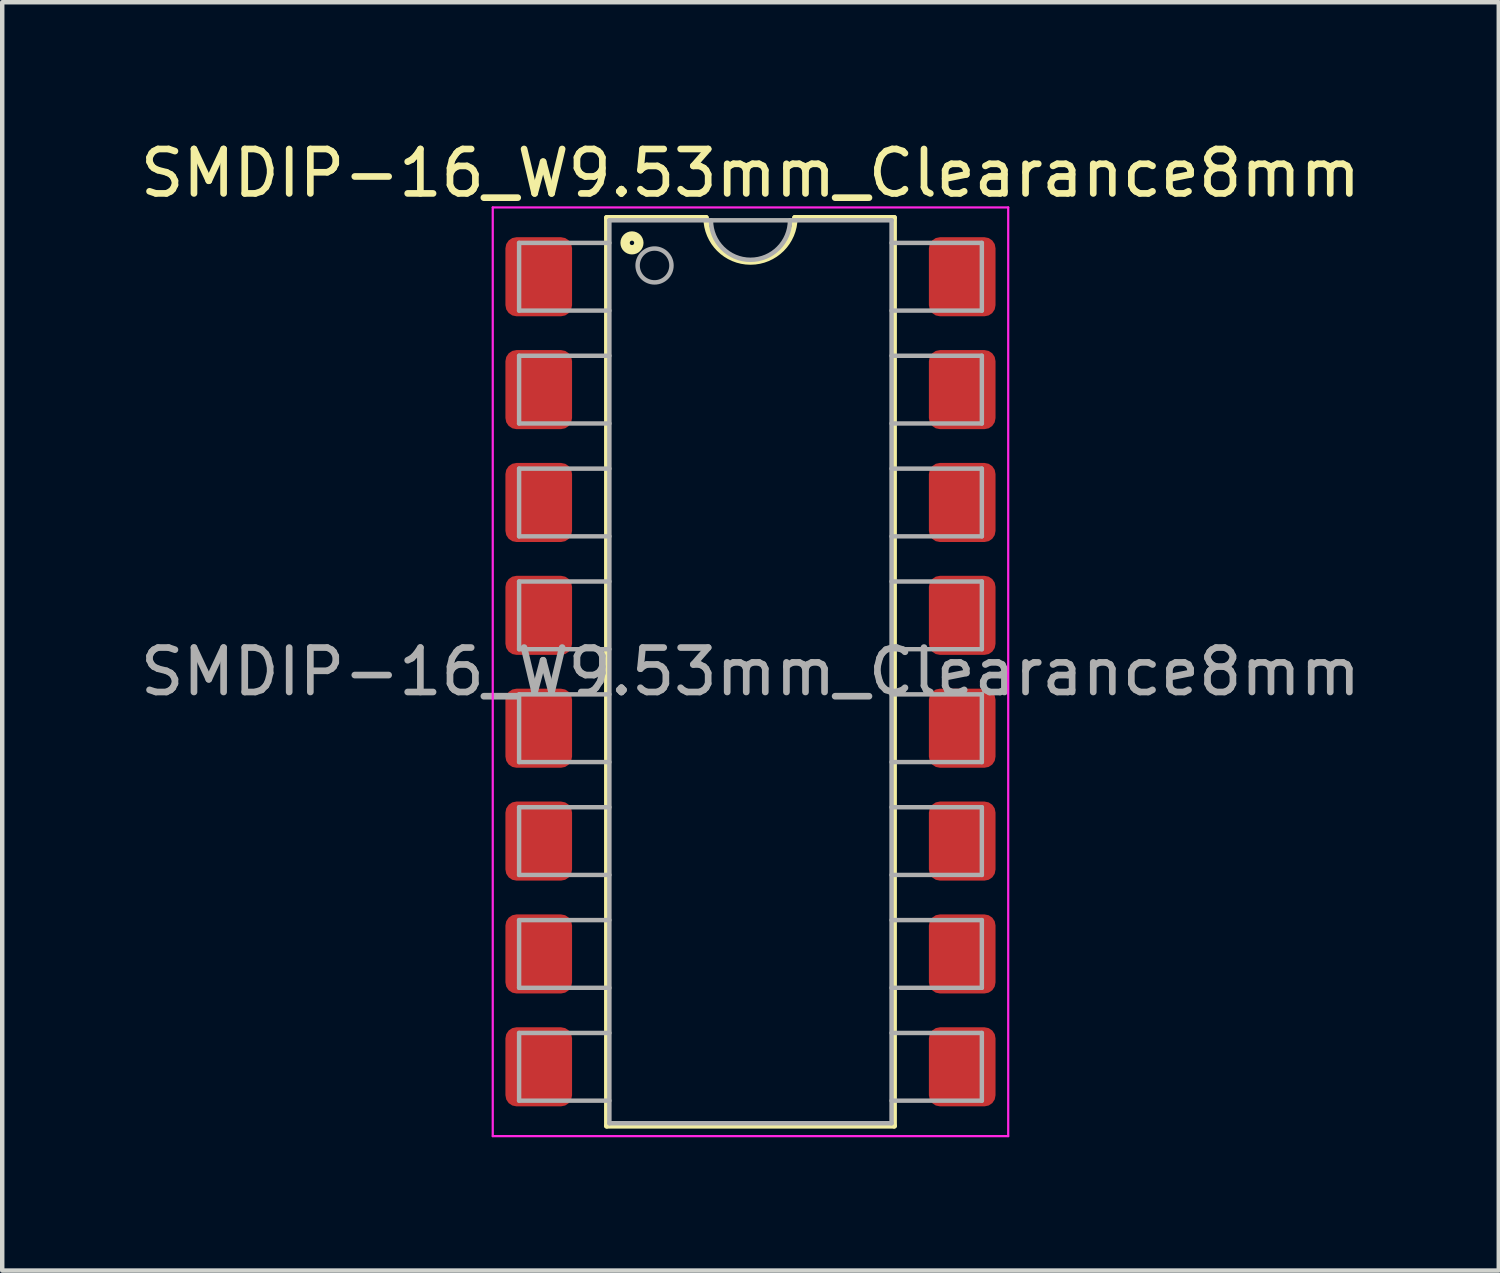
<source format=kicad_pcb>
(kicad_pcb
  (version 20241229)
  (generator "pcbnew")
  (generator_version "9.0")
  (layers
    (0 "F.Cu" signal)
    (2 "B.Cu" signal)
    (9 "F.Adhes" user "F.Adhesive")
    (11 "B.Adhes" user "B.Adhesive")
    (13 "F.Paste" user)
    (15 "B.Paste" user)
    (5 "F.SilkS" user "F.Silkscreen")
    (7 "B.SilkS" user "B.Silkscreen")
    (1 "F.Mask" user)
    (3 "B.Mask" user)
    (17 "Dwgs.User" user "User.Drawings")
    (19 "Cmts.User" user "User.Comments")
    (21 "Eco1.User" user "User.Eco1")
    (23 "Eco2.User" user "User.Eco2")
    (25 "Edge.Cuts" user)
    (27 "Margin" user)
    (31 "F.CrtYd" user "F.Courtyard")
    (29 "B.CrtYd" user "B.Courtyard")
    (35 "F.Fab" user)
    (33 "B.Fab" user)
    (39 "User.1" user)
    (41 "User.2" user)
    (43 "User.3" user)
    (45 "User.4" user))
  (footprint "SMDIP-16_W9.53mm_Clearance8mm"
    (layer "F.Cu")
    (at 13.839 12.068)
    (property "Reference" "SMDIP-16_W9.53mm_Clearance8mm" (at 0 -11.22 0) (layer "F.SilkS") (effects (font (size 1 1) (thickness 0.15))))
    (attr smd)
    (fp_line (start -3.235 -10.22) (end -3.235 10.22) (stroke (width 0.12) (type solid)) (layer "F.SilkS"))
    (fp_line (start -3.235 10.22) (end 3.235 10.22) (stroke (width 0.12) (type solid)) (layer "F.SilkS"))
    (fp_line (start -1 -10.22) (end -3.235 -10.22) (stroke (width 0.12) (type solid)) (layer "F.SilkS"))
    (fp_line (start 3.235 -10.22) (end 1 -10.22) (stroke (width 0.12) (type solid)) (layer "F.SilkS"))
    (fp_line (start 3.235 10.22) (end 3.235 -10.22) (stroke (width 0.12) (type solid)) (layer "F.SilkS"))
    (fp_arc (start 1 -10.22) (mid 0 -9.22) (end -1 -10.22) (stroke (width 0.12) (type solid)) (layer "F.SilkS"))
    (fp_circle (center -2.667 -9.652) (end -2.617 -9.652) (stroke (width 0.12) (type solid)) (fill no) (layer "F.SilkS"))
    (fp_circle (center -2.667 -9.652) (end -2.542 -9.652) (stroke (width 0.12) (type solid)) (fill no) (layer "F.SilkS"))
    (fp_circle (center -2.667 -9.652) (end -2.467 -9.652) (stroke (width 0.12) (type solid)) (fill no) (layer "F.SilkS"))
    (fp_line (start -5.8 -10.45) (end -5.8 10.45) (stroke (width 0.05) (type solid)) (layer "F.CrtYd"))
    (fp_line (start -5.8 10.45) (end 5.8 10.45) (stroke (width 0.05) (type solid)) (layer "F.CrtYd"))
    (fp_line (start 5.8 -10.45) (end -5.8 -10.45) (stroke (width 0.05) (type solid)) (layer "F.CrtYd"))
    (fp_line (start 5.8 10.45) (end 5.8 -10.45) (stroke (width 0.05) (type solid)) (layer "F.CrtYd"))
    (fp_line (start -5.207 -9.652) (end -5.207 -8.128) (stroke (width 0.1) (type solid)) (layer "F.Fab"))
    (fp_line (start -5.207 -9.652) (end -3.175 -9.652) (stroke (width 0.1) (type solid)) (layer "F.Fab"))
    (fp_line (start -5.207 -8.128) (end -3.175 -8.128) (stroke (width 0.1) (type solid)) (layer "F.Fab"))
    (fp_line (start -5.207 -7.112) (end -5.207 -5.588) (stroke (width 0.1) (type solid)) (layer "F.Fab"))
    (fp_line (start -5.207 -7.112) (end -3.175 -7.112) (stroke (width 0.1) (type solid)) (layer "F.Fab"))
    (fp_line (start -5.207 -5.588) (end -3.175 -5.588) (stroke (width 0.1) (type solid)) (layer "F.Fab"))
    (fp_line (start -5.207 -4.572) (end -5.207 -3.048) (stroke (width 0.1) (type solid)) (layer "F.Fab"))
    (fp_line (start -5.207 -4.572) (end -3.175 -4.572) (stroke (width 0.1) (type solid)) (layer "F.Fab"))
    (fp_line (start -5.207 -3.048) (end -3.175 -3.048) (stroke (width 0.1) (type solid)) (layer "F.Fab"))
    (fp_line (start -5.207 -2.032) (end -5.207 -0.508) (stroke (width 0.1) (type solid)) (layer "F.Fab"))
    (fp_line (start -5.207 -2.032) (end -3.175 -2.032) (stroke (width 0.1) (type solid)) (layer "F.Fab"))
    (fp_line (start -5.207 -0.508) (end -3.175 -0.508) (stroke (width 0.1) (type solid)) (layer "F.Fab"))
    (fp_line (start -5.207 0.508) (end -5.207 2.032) (stroke (width 0.1) (type solid)) (layer "F.Fab"))
    (fp_line (start -5.207 0.508) (end -3.175 0.508) (stroke (width 0.1) (type solid)) (layer "F.Fab"))
    (fp_line (start -5.207 2.032) (end -3.175 2.032) (stroke (width 0.1) (type solid)) (layer "F.Fab"))
    (fp_line (start -5.207 3.048) (end -5.207 4.572) (stroke (width 0.1) (type solid)) (layer "F.Fab"))
    (fp_line (start -5.207 3.048) (end -3.175 3.048) (stroke (width 0.1) (type solid)) (layer "F.Fab"))
    (fp_line (start -5.207 4.572) (end -3.175 4.572) (stroke (width 0.1) (type solid)) (layer "F.Fab"))
    (fp_line (start -5.207 5.588) (end -5.207 7.112) (stroke (width 0.1) (type solid)) (layer "F.Fab"))
    (fp_line (start -5.207 5.588) (end -3.175 5.588) (stroke (width 0.1) (type solid)) (layer "F.Fab"))
    (fp_line (start -5.207 7.112) (end -3.175 7.112) (stroke (width 0.1) (type solid)) (layer "F.Fab"))
    (fp_line (start -5.207 8.128) (end -5.207 9.652) (stroke (width 0.1) (type solid)) (layer "F.Fab"))
    (fp_line (start -5.207 8.128) (end -3.175 8.128) (stroke (width 0.1) (type solid)) (layer "F.Fab"))
    (fp_line (start -5.207 9.652) (end -3.175 9.652) (stroke (width 0.1) (type solid)) (layer "F.Fab"))
    (fp_line (start -3.175 -10.16) (end 3.175 -10.16) (stroke (width 0.1) (type solid)) (layer "F.Fab"))
    (fp_line (start -3.175 10.16) (end -3.175 -10.16) (stroke (width 0.1) (type solid)) (layer "F.Fab"))
    (fp_line (start 3.175 -10.16) (end 3.175 10.16) (stroke (width 0.1) (type solid)) (layer "F.Fab"))
    (fp_line (start 3.175 10.16) (end -3.175 10.16) (stroke (width 0.1) (type solid)) (layer "F.Fab"))
    (fp_line (start 5.207 -9.652) (end 3.175 -9.652) (stroke (width 0.1) (type solid)) (layer "F.Fab"))
    (fp_line (start 5.207 -8.128) (end 3.175 -8.128) (stroke (width 0.1) (type solid)) (layer "F.Fab"))
    (fp_line (start 5.207 -8.128) (end 5.207 -9.652) (stroke (width 0.1) (type solid)) (layer "F.Fab"))
    (fp_line (start 5.207 -7.112) (end 3.175 -7.112) (stroke (width 0.1) (type solid)) (layer "F.Fab"))
    (fp_line (start 5.207 -5.588) (end 3.175 -5.588) (stroke (width 0.1) (type solid)) (layer "F.Fab"))
    (fp_line (start 5.207 -5.588) (end 5.207 -7.112) (stroke (width 0.1) (type solid)) (layer "F.Fab"))
    (fp_line (start 5.207 -4.572) (end 3.175 -4.572) (stroke (width 0.1) (type solid)) (layer "F.Fab"))
    (fp_line (start 5.207 -3.048) (end 3.175 -3.048) (stroke (width 0.1) (type solid)) (layer "F.Fab"))
    (fp_line (start 5.207 -3.048) (end 5.207 -4.572) (stroke (width 0.1) (type solid)) (layer "F.Fab"))
    (fp_line (start 5.207 -2.032) (end 3.175 -2.032) (stroke (width 0.1) (type solid)) (layer "F.Fab"))
    (fp_line (start 5.207 -0.508) (end 3.175 -0.508) (stroke (width 0.1) (type solid)) (layer "F.Fab"))
    (fp_line (start 5.207 -0.508) (end 5.207 -2.032) (stroke (width 0.1) (type solid)) (layer "F.Fab"))
    (fp_line (start 5.207 0.508) (end 3.175 0.508) (stroke (width 0.1) (type solid)) (layer "F.Fab"))
    (fp_line (start 5.207 2.032) (end 3.175 2.032) (stroke (width 0.1) (type solid)) (layer "F.Fab"))
    (fp_line (start 5.207 2.032) (end 5.207 0.508) (stroke (width 0.1) (type solid)) (layer "F.Fab"))
    (fp_line (start 5.207 3.048) (end 3.175 3.048) (stroke (width 0.1) (type solid)) (layer "F.Fab"))
    (fp_line (start 5.207 4.572) (end 3.175 4.572) (stroke (width 0.1) (type solid)) (layer "F.Fab"))
    (fp_line (start 5.207 4.572) (end 5.207 3.048) (stroke (width 0.1) (type solid)) (layer "F.Fab"))
    (fp_line (start 5.207 5.588) (end 3.175 5.588) (stroke (width 0.1) (type solid)) (layer "F.Fab"))
    (fp_line (start 5.207 7.112) (end 3.175 7.112) (stroke (width 0.1) (type solid)) (layer "F.Fab"))
    (fp_line (start 5.207 7.112) (end 5.207 5.588) (stroke (width 0.1) (type solid)) (layer "F.Fab"))
    (fp_line (start 5.207 8.128) (end 3.175 8.128) (stroke (width 0.1) (type solid)) (layer "F.Fab"))
    (fp_line (start 5.207 9.652) (end 3.175 9.652) (stroke (width 0.1) (type solid)) (layer "F.Fab"))
    (fp_line (start 5.207 9.652) (end 5.207 8.128) (stroke (width 0.1) (type solid)) (layer "F.Fab"))
    (fp_arc (start 0.889 -10.16) (mid 0 -9.271) (end -0.889 -10.16) (stroke (width 0.1) (type solid)) (layer "F.Fab"))
    (fp_circle (center -2.159 -9.144) (end -1.778 -9.144) (stroke (width 0.1) (type solid)) (fill no) (layer "F.Fab"))
    (fp_text user "${REFERENCE}" (at 0 0 0) (layer "F.Fab") (effects (font (size 1 1) (thickness 0.15))))
    (pad "1" smd roundrect (at -4.765 -8.89) (size 1.5 1.78) (layers "F.Cu" "F.Mask" "F.Paste") (roundrect_rratio 0.167))
    (pad "2" smd roundrect (at -4.765 -6.35) (size 1.5 1.78) (layers "F.Cu" "F.Mask" "F.Paste") (roundrect_rratio 0.167))
    (pad "3" smd roundrect (at -4.765 -3.81) (size 1.5 1.78) (layers "F.Cu" "F.Mask" "F.Paste") (roundrect_rratio 0.167))
    (pad "4" smd roundrect (at -4.765 -1.27) (size 1.5 1.78) (layers "F.Cu" "F.Mask" "F.Paste") (roundrect_rratio 0.167))
    (pad "5" smd roundrect (at -4.765 1.27) (size 1.5 1.78) (layers "F.Cu" "F.Mask" "F.Paste") (roundrect_rratio 0.167))
    (pad "6" smd roundrect (at -4.765 3.81) (size 1.5 1.78) (layers "F.Cu" "F.Mask" "F.Paste") (roundrect_rratio 0.167))
    (pad "7" smd roundrect (at -4.765 6.35) (size 1.5 1.78) (layers "F.Cu" "F.Mask" "F.Paste") (roundrect_rratio 0.167))
    (pad "8" smd roundrect (at -4.765 8.89) (size 1.5 1.78) (layers "F.Cu" "F.Mask" "F.Paste") (roundrect_rratio 0.167))
    (pad "9" smd roundrect (at 4.765 8.89) (size 1.5 1.78) (layers "F.Cu" "F.Mask" "F.Paste") (roundrect_rratio 0.167))
    (pad "10" smd roundrect (at 4.765 6.35) (size 1.5 1.78) (layers "F.Cu" "F.Mask" "F.Paste") (roundrect_rratio 0.167))
    (pad "11" smd roundrect (at 4.765 3.81) (size 1.5 1.78) (layers "F.Cu" "F.Mask" "F.Paste") (roundrect_rratio 0.167))
    (pad "12" smd roundrect (at 4.765 1.27) (size 1.5 1.78) (layers "F.Cu" "F.Mask" "F.Paste") (roundrect_rratio 0.167))
    (pad "13" smd roundrect (at 4.765 -1.27) (size 1.5 1.78) (layers "F.Cu" "F.Mask" "F.Paste") (roundrect_rratio 0.167))
    (pad "14" smd roundrect (at 4.765 -3.81) (size 1.5 1.78) (layers "F.Cu" "F.Mask" "F.Paste") (roundrect_rratio 0.167))
    (pad "15" smd roundrect (at 4.765 -6.35) (size 1.5 1.78) (layers "F.Cu" "F.Mask" "F.Paste") (roundrect_rratio 0.167))
    (pad "16" smd roundrect (at 4.765 -8.89) (size 1.5 1.78) (layers "F.Cu" "F.Mask" "F.Paste") (roundrect_rratio 0.167)))
  (gr_rect
    (start -3 -3)
    (end 30.679 25.543)
    (stroke (width 0.1) (type default))
    (fill no)
    (layer "Edge.Cuts")))
</source>
